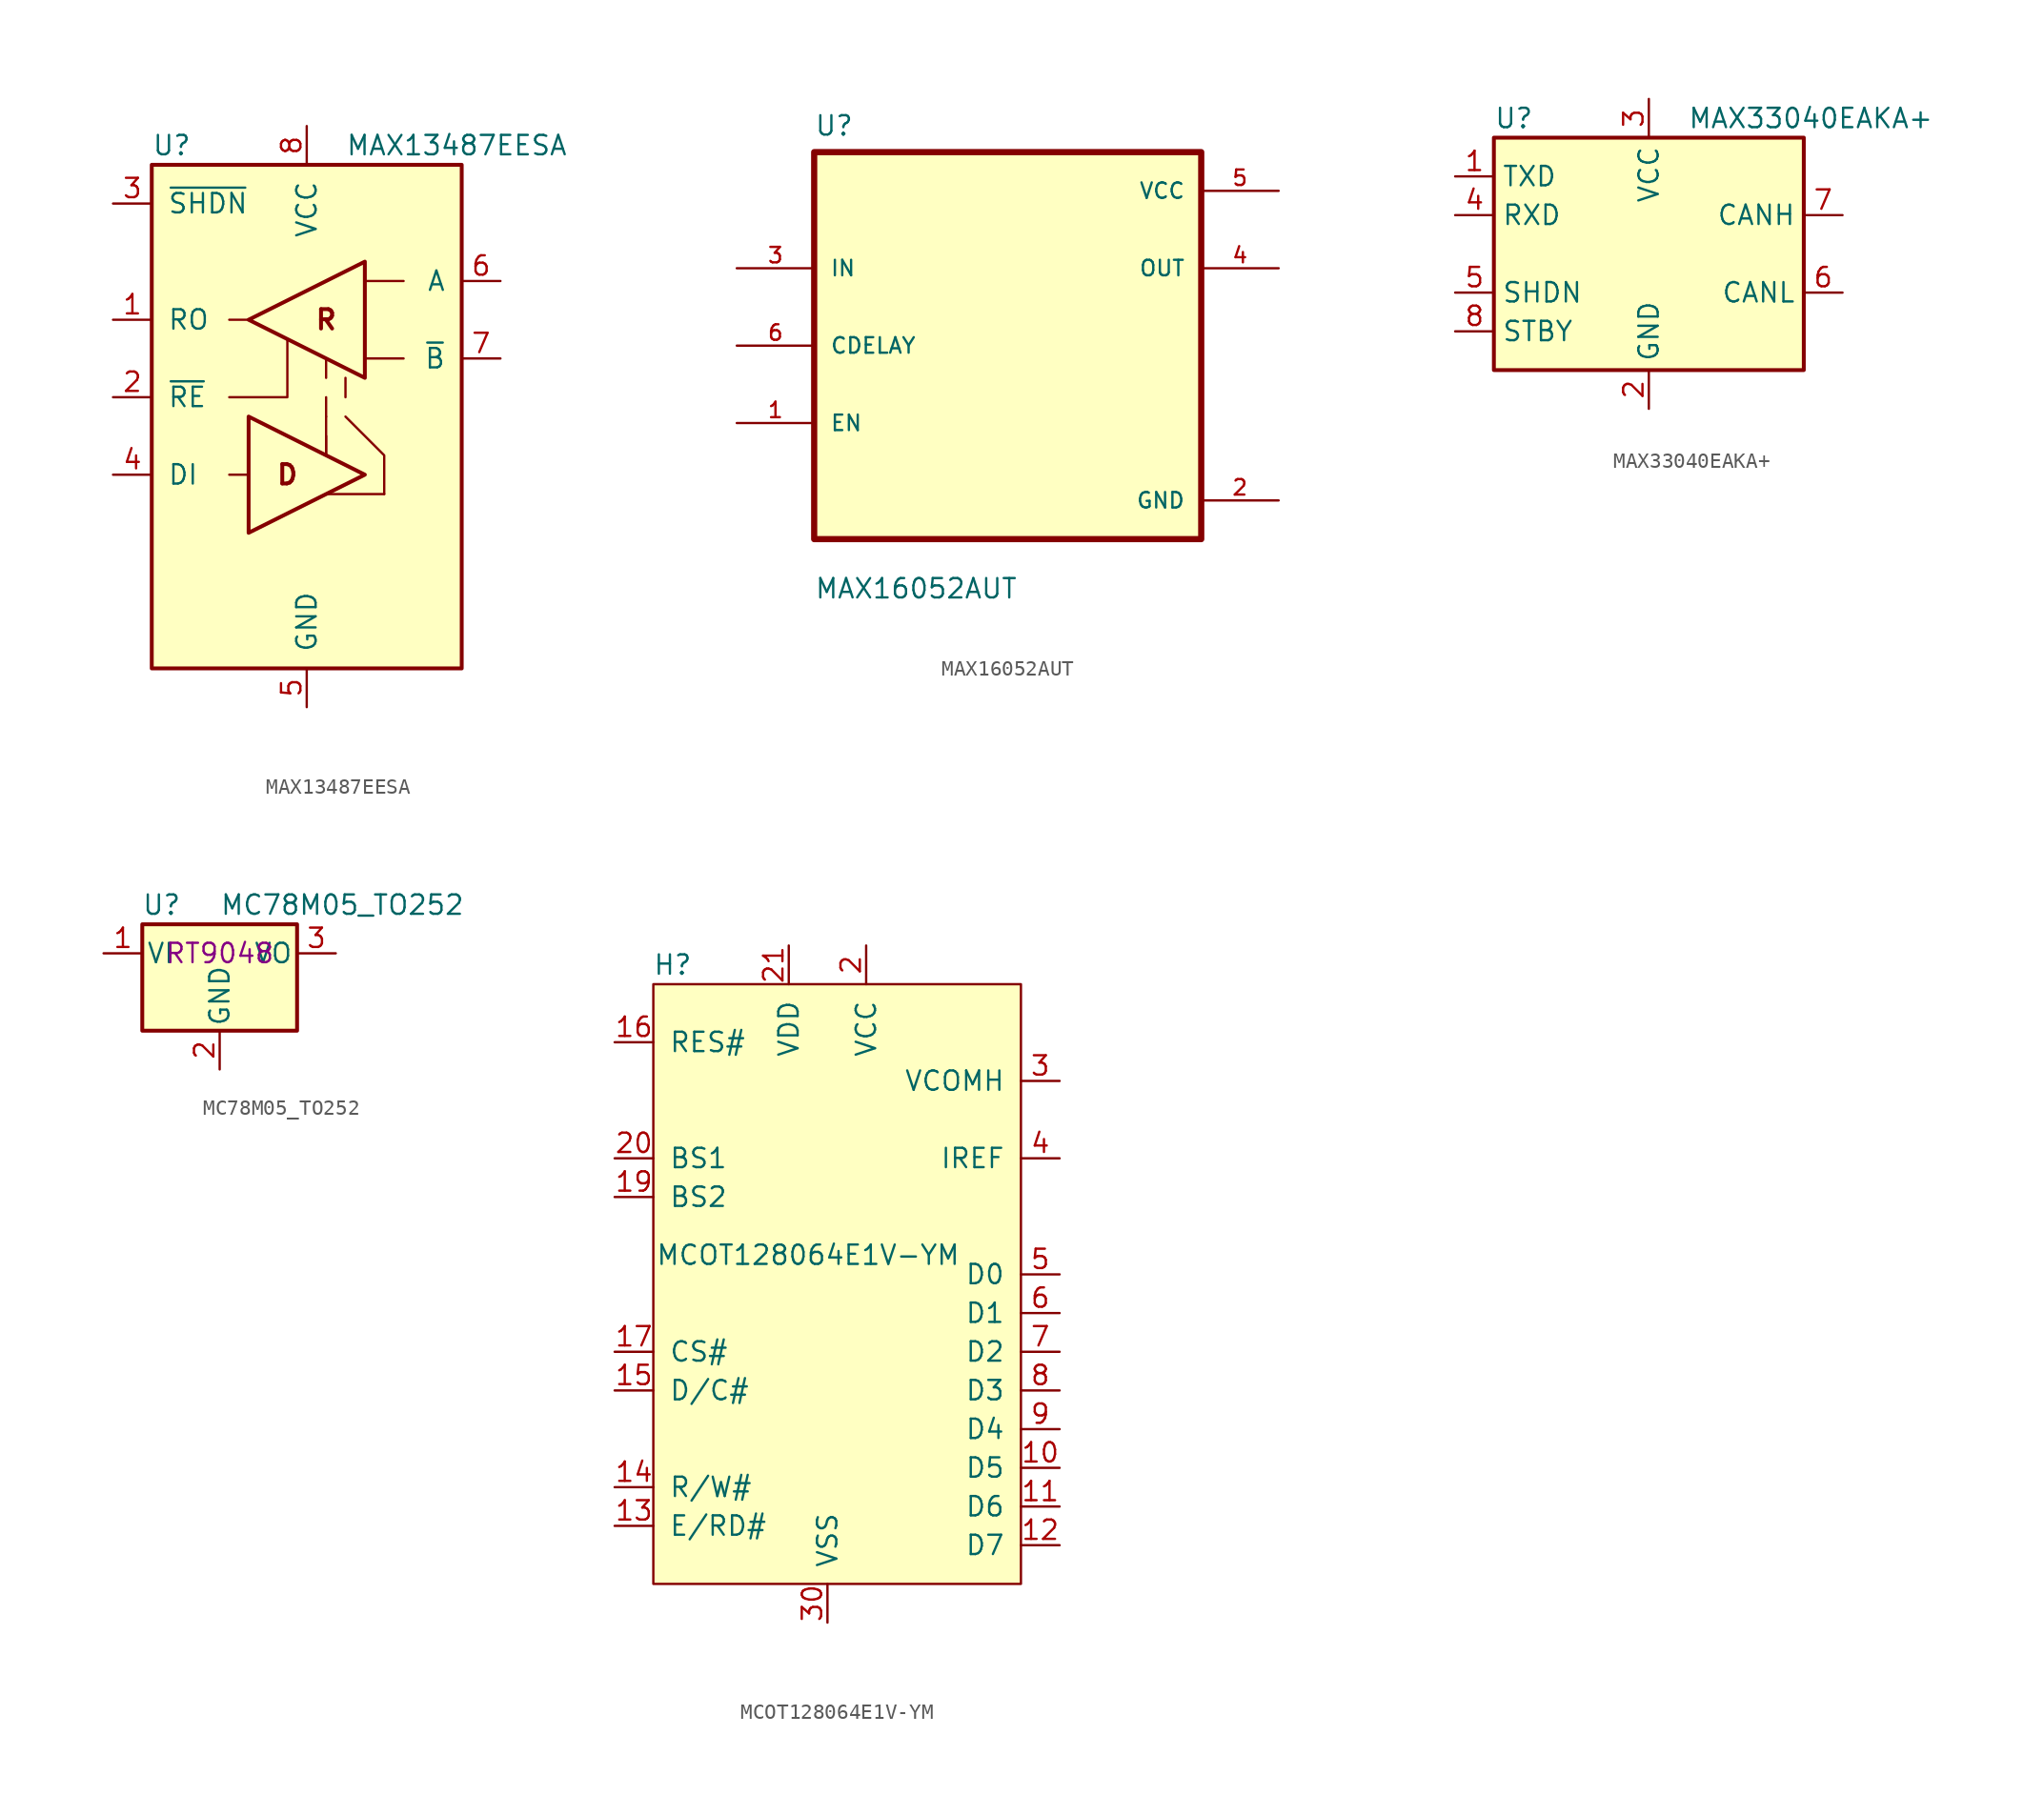
<source format=kicad_sym>
(kicad_symbol_lib
  (version 20220914)
  (generator kicad_symbol_editor)
  (symbol "MAX13487EESA"
    (pin_names
      (offset 1.016))
    (property "Reference" "U"
      (at -10.16 19.05 0)
      (effects (font (size 1.27 1.27)) (justify left)))
    (property "Value" "MAX13487EESA"
      (at 2.54 19.05 0)
      (effects (font (size 1.27 1.27)) (justify left)))
    (symbol "MAX13487EESA_0_0"
      (text "R" (at 1.27 7.62 0) (effects (font (size 1.27 1.27) bold))))
    (symbol "MAX13487EESA_0_1"
      (rectangle (start -10.16 -15.24) (end 10.16 17.78) (stroke (width 0.254) (type default)) (fill (type background)))
      (polyline (pts (xy -3.81 7.62) (xy -5.08 7.62)) (stroke (width 0) (type default)) (fill (type none)))
      (polyline (pts (xy 1.27 -1.27) (xy 1.27 1.27)) (stroke (width 0) (type default)) (fill (type none)))
      (polyline (pts (xy 1.27 0) (xy 1.27 -1.27)) (stroke (width 0) (type default)) (fill (type none)))
      (polyline (pts (xy 1.27 2.54) (xy 1.27 1.27)) (stroke (width 0) (type default)) (fill (type none)))
      (polyline (pts (xy 1.27 3.81) (xy 1.27 5.08)) (stroke (width 0) (type default)) (fill (type none)))
      (polyline (pts (xy 2.54 2.54) (xy 2.54 3.81)) (stroke (width 0) (type default)) (fill (type none)))
      (polyline (pts (xy 1.27 -3.81) (xy 3.81 -3.81) (xy 5.08 -3.81)) (stroke (width 0) (type default)) (fill (type none)))
      (polyline (pts (xy 5.08 -3.81) (xy 5.08 -1.27) (xy 2.54 1.27)) (stroke (width 0) (type default)) (fill (type none)))
      (polyline (pts (xy 6.35 5.08) (xy 3.81 5.08) (xy 3.81 5.08)) (stroke (width 0) (type default)) (fill (type none)))
      (polyline (pts (xy 6.35 10.16) (xy 3.81 10.16) (xy 3.81 10.16)) (stroke (width 0) (type default)) (fill (type none)))
      (polyline (pts (xy -1.27 6.35) (xy -1.27 2.54) (xy -2.54 2.54) (xy -5.08 2.54)) (stroke (width 0) (type default)) (fill (type none)))
      (polyline (pts (xy 3.81 11.43) (xy 3.81 3.81) (xy -3.81 7.62) (xy 3.81 11.43) (xy 3.81 11.43)) (stroke (width 0.254) (type default)) (fill (type none))))
    (symbol "MAX13487EESA_1_1"
      (polyline (pts (xy -5.08 -2.54) (xy -3.81 -2.54)) (stroke (width 0) (type default)) (fill (type none)))
      (polyline (pts (xy -3.81 1.27) (xy -3.81 -6.35) (xy 3.81 -2.54) (xy -3.81 1.27) (xy -3.81 1.27)) (stroke (width 0.254) (type default)) (fill (type none)))
      (text "D" (at -1.27 -2.54 0) (effects (font (size 1.27 1.27) bold)))
      (pin output line (at -12.7 7.62 0) (length 2.54) (name "RO" (effects (font (size 1.27 1.27)))) (number "1" (effects (font (size 1.27 1.27)))))
      (pin input line (at -12.7 2.54 0) (length 2.54) (name "~{RE}" (effects (font (size 1.27 1.27)))) (number "2" (effects (font (size 1.27 1.27)))))
      (pin input line (at -12.7 15.24 0) (length 2.54) (name "~{SHDN}" (effects (font (size 1.27 1.27)))) (number "3" (effects (font (size 1.27 1.27)))))
      (pin input line (at -12.7 -2.54 0) (length 2.54) (name "DI" (effects (font (size 1.27 1.27)))) (number "4" (effects (font (size 1.27 1.27)))))
      (pin power_in line (at 0 -17.78 90) (length 2.54) (name "GND" (effects (font (size 1.27 1.27)))) (number "5" (effects (font (size 1.27 1.27)))))
      (pin bidirectional line (at 12.7 10.16 180) (length 2.54) (name "A" (effects (font (size 1.27 1.27)))) (number "6" (effects (font (size 1.27 1.27)))))
      (pin input line (at 12.7 5.08 180) (length 2.54) (name "~{B}" (effects (font (size 1.27 1.27)))) (number "7" (effects (font (size 1.27 1.27)))))
      (pin power_in line (at 0 20.32 270) (length 2.54) (name "VCC" (effects (font (size 1.27 1.27)))) (number "8" (effects (font (size 1.27 1.27)))))))
  (symbol "MAX16052AUT"
    (pin_names
      (offset 1.016))
    (property "Reference" "U"
      (at -12.7 13.691 0)
      (effects (font (size 1.27 1.27)) (justify left bottom)))
    (property "Value" "MAX16052AUT"
      (at -12.7 -16.688 0)
      (effects (font (size 1.27 1.27)) (justify left bottom)))
    (symbol "MAX16052AUT_0_0"
      (rectangle (start -12.7 -12.7) (end 12.7 12.7) (stroke (width 0.406) (type default)) (fill (type background)))
      (pin input line (at -17.78 -5.08 0) (length 5.08) (name "EN" (effects (font (size 1.016 1.016)))) (number "1" (effects (font (size 1.016 1.016)))))
      (pin power_in line (at 17.78 -10.16 180) (length 5.08) (name "GND" (effects (font (size 1.016 1.016)))) (number "2" (effects (font (size 1.016 1.016)))))
      (pin input line (at -17.78 5.08 0) (length 5.08) (name "IN" (effects (font (size 1.016 1.016)))) (number "3" (effects (font (size 1.016 1.016)))))
      (pin output line (at 17.78 5.08 180) (length 5.08) (name "OUT" (effects (font (size 1.016 1.016)))) (number "4" (effects (font (size 1.016 1.016)))))
      (pin power_in line (at 17.78 10.16 180) (length 5.08) (name "VCC" (effects (font (size 1.016 1.016)))) (number "5" (effects (font (size 1.016 1.016)))))
      (pin bidirectional line (at -17.78 0 0) (length 5.08) (name "CDELAY" (effects (font (size 1.016 1.016)))) (number "6" (effects (font (size 1.016 1.016)))))))
  (symbol "MAX33040EAKA+"
    (property "Reference" "U"
      (at -10.16 8.89 0)
      (effects (font (size 1.27 1.27)) (justify left)))
    (property "Value" "MAX33040EAKA+"
      (at 2.54 8.89 0)
      (effects (font (size 1.27 1.27)) (justify left)))
    (symbol "MAX33040EAKA+_0_1"
      (rectangle (start -10.16 7.62) (end 10.16 -7.62) (stroke (width 0.254) (type default)) (fill (type background))))
    (symbol "MAX33040EAKA+_1_1"
      (pin input line (at -12.7 5.08 0) (length 2.54) (name "TXD" (effects (font (size 1.27 1.27)))) (number "1" (effects (font (size 1.27 1.27)))))
      (pin power_in line (at 0 -10.16 90) (length 2.54) (name "GND" (effects (font (size 1.27 1.27)))) (number "2" (effects (font (size 1.27 1.27)))))
      (pin power_in line (at 0 10.16 270) (length 2.54) (name "VCC" (effects (font (size 1.27 1.27)))) (number "3" (effects (font (size 1.27 1.27)))))
      (pin output line (at -12.7 2.54 0) (length 2.54) (name "RXD" (effects (font (size 1.27 1.27)))) (number "4" (effects (font (size 1.27 1.27)))))
      (pin input line (at -12.7 -2.54 0) (length 2.54) (name "SHDN" (effects (font (size 1.27 1.27)))) (number "5" (effects (font (size 1.27 1.27)))))
      (pin bidirectional line (at 12.7 -2.54 180) (length 2.54) (name "CANL" (effects (font (size 1.27 1.27)))) (number "6" (effects (font (size 1.27 1.27)))))
      (pin bidirectional line (at 12.7 2.54 180) (length 2.54) (name "CANH" (effects (font (size 1.27 1.27)))) (number "7" (effects (font (size 1.27 1.27)))))
      (pin input line (at -12.7 -5.08 0) (length 2.54) (name "STBY" (effects (font (size 1.27 1.27)))) (number "8" (effects (font (size 1.27 1.27)))))))
  (symbol "MC78M05_TO252"
    (pin_names
      (offset 0.254))
    (property "Reference" "U"
      (at -3.81 3.175 0)
      (effects (font (size 1.27 1.27))))
    (property "Value" "MC78M05_TO252"
      (at 0 3.175 0)
      (effects (font (size 1.27 1.27)) (justify left)))
    (property "MPN" "RT9048"
      (at 0 0 0)
      (effects (font (size 1.27 1.27))))
    (symbol "MC78M05_TO252_0_1"
      (rectangle (start -5.08 1.905) (end 5.08 -5.08) (stroke (width 0.254) (type default)) (fill (type background))))
    (symbol "MC78M05_TO252_1_1"
      (pin power_in line (at -7.62 0 0) (length 2.54) (name "VI" (effects (font (size 1.27 1.27)))) (number "1" (effects (font (size 1.27 1.27)))))
      (pin power_in line (at 0 -7.62 90) (length 2.54) (name "GND" (effects (font (size 1.27 1.27)))) (number "2" (effects (font (size 1.27 1.27)))))
      (pin power_out line (at 7.62 0 180) (length 2.54) (name "VO" (effects (font (size 1.27 1.27)))) (number "3" (effects (font (size 1.27 1.27)))))))
  (symbol "MCOT128064E1V-YM"
    (pin_names
      (offset 1.016))
    (property "Reference" "H"
      (at -10.16 20.32 0)
      (effects (font (size 1.27 1.27))))
    (property "Value" "MCOT128064E1V-YM"
      (at -1.27 1.27 0)
      (effects (font (size 1.27 1.27))))
    (symbol "MCOT128064E1V-YM_0_0"
      (pin no_connect line (at -1.27 -1.27 180) (length 2.54) hide (name "NC" (effects (font (size 1.27 1.27)))) (number "25" (effects (font (size 1.27 1.27)))))
      (pin no_connect line (at -1.27 -3.81 180) (length 2.54) hide (name "NC" (effects (font (size 1.27 1.27)))) (number "26" (effects (font (size 1.27 1.27)))))
      (pin no_connect line (at -1.27 -6.35 180) (length 2.54) hide (name "NC" (effects (font (size 1.27 1.27)))) (number "27" (effects (font (size 1.27 1.27)))))
      (pin no_connect line (at -1.27 -8.89 180) (length 2.54) hide (name "NC" (effects (font (size 1.27 1.27)))) (number "28" (effects (font (size 1.27 1.27)))))
      (pin no_connect line (at -1.27 -11.43 180) (length 2.54) hide (name "NC" (effects (font (size 1.27 1.27)))) (number "29" (effects (font (size 1.27 1.27)))))
      (pin power_in line (at 0 -22.86 90) (length 2.54) (name "VSS" (effects (font (size 1.27 1.27)))) (number "30" (effects (font (size 1.27 1.27)))))
      (pin no_connect line (at -1.27 -13.97 180) (length 2.54) hide (name "NC" (effects (font (size 1.27 1.27)))) (number "31" (effects (font (size 1.27 1.27))))))
    (symbol "MCOT128064E1V-YM_1_1"
      (rectangle (start 12.7 19.05) (end -11.43 -20.32) (stroke (width 0) (type default)) (fill (type background)))
      (pin no_connect line (at -1.27 11.43 180) (length 2.54) hide (name "NC" (effects (font (size 1.27 1.27)))) (number "1" (effects (font (size 1.27 1.27)))))
      (pin bidirectional line (at 15.24 -12.7 180) (length 2.54) (name "D5" (effects (font (size 1.27 1.27)))) (number "10" (effects (font (size 1.27 1.27)))))
      (pin bidirectional line (at 15.24 -15.24 180) (length 2.54) (name "D6" (effects (font (size 1.27 1.27)))) (number "11" (effects (font (size 1.27 1.27)))))
      (pin bidirectional line (at 15.24 -17.78 180) (length 2.54) (name "D7" (effects (font (size 1.27 1.27)))) (number "12" (effects (font (size 1.27 1.27)))))
      (pin input line (at -13.97 -16.51 0) (length 2.54) (name "E/RD#" (effects (font (size 1.27 1.27)))) (number "13" (effects (font (size 1.27 1.27)))))
      (pin input line (at -13.97 -13.97 0) (length 2.54) (name "R/W#" (effects (font (size 1.27 1.27)))) (number "14" (effects (font (size 1.27 1.27)))))
      (pin input line (at -13.97 -7.62 0) (length 2.54) (name "D/C#" (effects (font (size 1.27 1.27)))) (number "15" (effects (font (size 1.27 1.27)))))
      (pin input line (at -13.97 15.24 0) (length 2.54) (name "RES#" (effects (font (size 1.27 1.27)))) (number "16" (effects (font (size 1.27 1.27)))))
      (pin input line (at -13.97 -5.08 0) (length 2.54) (name "CS#" (effects (font (size 1.27 1.27)))) (number "17" (effects (font (size 1.27 1.27)))))
      (pin no_connect line (at -1.27 8.89 180) (length 2.54) hide (name "NC" (effects (font (size 1.27 1.27)))) (number "18" (effects (font (size 1.27 1.27)))))
      (pin input line (at -13.97 5.08 0) (length 2.54) (name "BS2" (effects (font (size 1.27 1.27)))) (number "19" (effects (font (size 1.27 1.27)))))
      (pin power_in line (at 2.54 21.59 270) (length 2.54) (name "VCC" (effects (font (size 1.27 1.27)))) (number "2" (effects (font (size 1.27 1.27)))))
      (pin input line (at -13.97 7.62 0) (length 2.54) (name "BS1" (effects (font (size 1.27 1.27)))) (number "20" (effects (font (size 1.27 1.27)))))
      (pin power_in line (at -2.54 21.59 270) (length 2.54) (name "VDD" (effects (font (size 1.27 1.27)))) (number "21" (effects (font (size 1.27 1.27)))))
      (pin no_connect line (at -1.27 6.35 180) (length 2.54) hide (name "NC" (effects (font (size 1.27 1.27)))) (number "22" (effects (font (size 1.27 1.27)))))
      (pin no_connect line (at -1.27 3.81 180) (length 2.54) hide (name "NC" (effects (font (size 1.27 1.27)))) (number "23" (effects (font (size 1.27 1.27)))))
      (pin no_connect line (at -1.27 1.27 180) (length 2.54) hide (name "NC" (effects (font (size 1.27 1.27)))) (number "24" (effects (font (size 1.27 1.27)))))
      (pin power_out line (at 15.24 12.7 180) (length 2.54) (name "VCOMH" (effects (font (size 1.27 1.27)))) (number "3" (effects (font (size 1.27 1.27)))))
      (pin power_out line (at 15.24 7.62 180) (length 2.54) (name "IREF" (effects (font (size 1.27 1.27)))) (number "4" (effects (font (size 1.27 1.27)))))
      (pin bidirectional line (at 15.24 0 180) (length 2.54) (name "D0" (effects (font (size 1.27 1.27)))) (number "5" (effects (font (size 1.27 1.27)))))
      (pin bidirectional line (at 15.24 -2.54 180) (length 2.54) (name "D1" (effects (font (size 1.27 1.27)))) (number "6" (effects (font (size 1.27 1.27)))))
      (pin bidirectional line (at 15.24 -5.08 180) (length 2.54) (name "D2" (effects (font (size 1.27 1.27)))) (number "7" (effects (font (size 1.27 1.27)))))
      (pin bidirectional line (at 15.24 -7.62 180) (length 2.54) (name "D3" (effects (font (size 1.27 1.27)))) (number "8" (effects (font (size 1.27 1.27)))))
      (pin bidirectional line (at 15.24 -10.16 180) (length 2.54) (name "D4" (effects (font (size 1.27 1.27)))) (number "9" (effects (font (size 1.27 1.27))))))))
</source>
